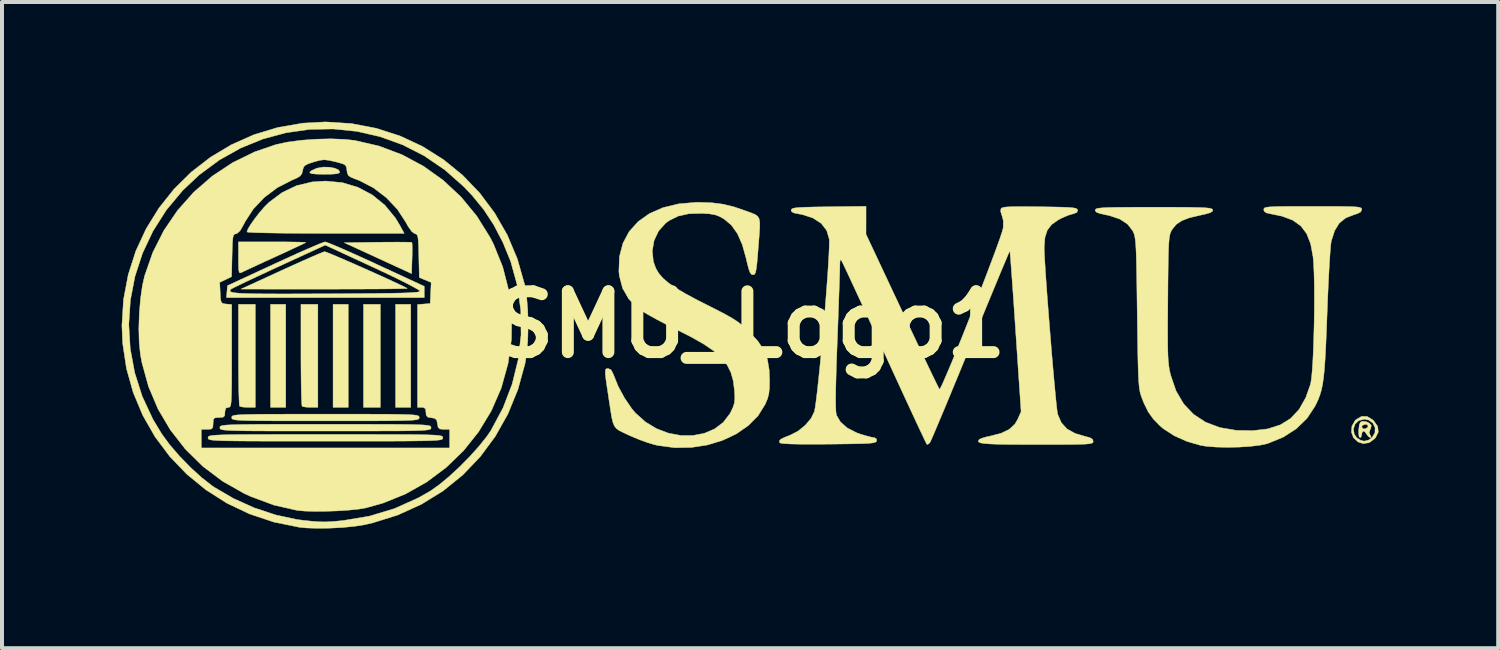
<source format=kicad_pcb>
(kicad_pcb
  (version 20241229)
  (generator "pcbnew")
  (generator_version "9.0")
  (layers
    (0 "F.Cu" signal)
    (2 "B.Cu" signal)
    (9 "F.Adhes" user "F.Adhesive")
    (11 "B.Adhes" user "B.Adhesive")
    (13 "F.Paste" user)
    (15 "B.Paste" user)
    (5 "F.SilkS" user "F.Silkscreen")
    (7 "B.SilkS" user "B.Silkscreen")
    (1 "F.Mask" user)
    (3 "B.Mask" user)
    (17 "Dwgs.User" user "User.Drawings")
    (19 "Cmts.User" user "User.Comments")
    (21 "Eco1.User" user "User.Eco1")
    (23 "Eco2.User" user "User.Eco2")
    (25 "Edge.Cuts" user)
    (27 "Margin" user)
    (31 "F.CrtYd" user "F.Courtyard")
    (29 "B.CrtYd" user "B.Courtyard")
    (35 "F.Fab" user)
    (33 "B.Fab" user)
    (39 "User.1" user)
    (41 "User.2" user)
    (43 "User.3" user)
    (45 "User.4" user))
  (footprint "SMU_Logo1"
    (layer "F.Cu")
    (at 15.753 5.085)
    (property "Reference" "SMU_Logo1" (at 0 0 0) (layer "F.SilkS") (effects (font (size 1.524 1.524) (thickness 0.3))))
    (attr through_hole)
    (fp_poly (pts (xy -11.642 2.074) (xy -12.023 2.074) (xy -12.023 -0.508) (xy -11.642 -0.508) (xy -11.642 2.074)) (stroke (width 0.01) (type solid)) (fill yes) (layer "F.SilkS"))
    (fp_poly (pts (xy -10.075 2.074) (xy -10.456 2.074) (xy -10.456 -0.508) (xy -10.075 -0.508) (xy -10.075 2.074)) (stroke (width 0.01) (type solid)) (fill yes) (layer "F.SilkS"))
    (fp_poly (pts (xy -9.271 2.074) (xy -9.694 2.074) (xy -9.694 -0.508) (xy -9.271 -0.508) (xy -9.271 2.074)) (stroke (width 0.01) (type solid)) (fill yes) (layer "F.SilkS"))
    (fp_poly (pts (xy -8.509 2.074) (xy -8.89 2.074) (xy -8.89 -0.508) (xy -8.509 -0.508) (xy -8.509 2.074)) (stroke (width 0.01) (type solid)) (fill yes) (layer "F.SilkS"))
    (fp_poly (pts (xy -8.667 -2.067) (xy -8.54 -2.065) (xy -8.482 -2.06) (xy -8.48 -2.059) (xy -8.474 -2.013) (xy -8.472 -1.901) (xy -8.473 -1.745) (xy -8.476 -1.66) (xy -8.488 -1.277) (xy -10.175 -2.053) (xy -9.336 -2.065) (xy -9.078 -2.067) (xy -8.851 -2.068) (xy -8.667 -2.067)) (stroke (width 0.01) (type solid)) (fill yes) (layer "F.SilkS"))
    (fp_poly (pts (xy -12.404 2.074) (xy -12.587 2.074) (xy -12.706 2.068) (xy -12.786 2.053) (xy -12.799 2.046) (xy -12.806 1.998) (xy -12.812 1.876) (xy -12.818 1.691) (xy -12.822 1.453) (xy -12.825 1.174) (xy -12.827 0.863) (xy -12.827 0.755) (xy -12.827 -0.508) (xy -12.404 -0.508) (xy -12.404 2.074)) (stroke (width 0.01) (type solid)) (fill yes) (layer "F.SilkS"))
    (fp_poly (pts (xy -10.837 2.074) (xy -11.021 2.074) (xy -11.14 2.068) (xy -11.219 2.053) (xy -11.232 2.046) (xy -11.24 1.998) (xy -11.246 1.876) (xy -11.252 1.691) (xy -11.256 1.453) (xy -11.259 1.174) (xy -11.261 0.863) (xy -11.261 0.755) (xy -11.261 -0.508) (xy -10.837 -0.508) (xy -10.837 2.074)) (stroke (width 0.01) (type solid)) (fill yes) (layer "F.SilkS"))
    (fp_poly (pts (xy -10.548 -3.945) (xy -10.414 -3.92) (xy -10.319 -3.877) (xy -10.287 -3.826) (xy -10.306 -3.797) (xy -10.372 -3.779) (xy -10.498 -3.77) (xy -10.672 -3.768) (xy -10.864 -3.771) (xy -10.981 -3.781) (xy -11.034 -3.801) (xy -11.039 -3.82) (xy -10.991 -3.862) (xy -10.89 -3.908) (xy -10.839 -3.925) (xy -10.697 -3.948) (xy -10.548 -3.945)) (stroke (width 0.01) (type solid)) (fill yes) (layer "F.SilkS"))
    (fp_poly (pts (xy -11.716 -2.074) (xy -11.492 -2.071) (xy -11.313 -2.068) (xy -11.191 -2.064) (xy -11.138 -2.059) (xy -11.137 -2.058) (xy -11.179 -2.036) (xy -11.287 -1.985) (xy -11.447 -1.91) (xy -11.649 -1.816) (xy -11.88 -1.71) (xy -11.917 -1.693) (xy -12.156 -1.584) (xy -12.372 -1.484) (xy -12.551 -1.401) (xy -12.682 -1.34) (xy -12.75 -1.307) (xy -12.753 -1.306) (xy -12.787 -1.294) (xy -12.809 -1.313) (xy -12.821 -1.376) (xy -12.826 -1.497) (xy -12.827 -1.671) (xy -12.827 -2.074) (xy -11.973 -2.074) (xy -11.716 -2.074)) (stroke (width 0.01) (type solid)) (fill yes) (layer "F.SilkS"))
    (fp_poly (pts (xy -10.223 -3.558) (xy -9.83 -3.44) (xy -9.472 -3.25) (xy -9.157 -2.993) (xy -8.894 -2.673) (xy -8.791 -2.502) (xy -8.673 -2.286) (xy -10.644 -2.286) (xy -11.044 -2.287) (xy -11.416 -2.289) (xy -11.753 -2.292) (xy -12.046 -2.297) (xy -12.287 -2.302) (xy -12.468 -2.308) (xy -12.58 -2.315) (xy -12.615 -2.322) (xy -12.589 -2.395) (xy -12.518 -2.513) (xy -12.417 -2.656) (xy -12.299 -2.808) (xy -12.177 -2.949) (xy -12.065 -3.061) (xy -12.064 -3.062) (xy -11.731 -3.311) (xy -11.373 -3.482) (xy -10.981 -3.576) (xy -10.644 -3.598) (xy -10.223 -3.558)) (stroke (width 0.01) (type solid)) (fill yes) (layer "F.SilkS"))
    (fp_poly (pts (xy -10.619 -1.813) (xy -10.505 -1.768) (xy -10.339 -1.698) (xy -10.135 -1.61) (xy -9.903 -1.509) (xy -9.658 -1.4) (xy -9.412 -1.29) (xy -9.177 -1.184) (xy -8.966 -1.087) (xy -8.791 -1.005) (xy -8.665 -0.944) (xy -8.602 -0.91) (xy -8.597 -0.906) (xy -8.635 -0.903) (xy -8.749 -0.9) (xy -8.932 -0.897) (xy -9.175 -0.894) (xy -9.472 -0.892) (xy -9.813 -0.891) (xy -10.191 -0.89) (xy -10.598 -0.889) (xy -10.672 -0.889) (xy -12.764 -0.89) (xy -11.748 -1.357) (xy -11.473 -1.482) (xy -11.222 -1.595) (xy -11.005 -1.691) (xy -10.833 -1.765) (xy -10.717 -1.813) (xy -10.668 -1.829) (xy -10.619 -1.813)) (stroke (width 0.01) (type solid)) (fill yes) (layer "F.SilkS"))
    (fp_poly (pts (xy 15.461 2.302) (xy 15.603 2.39) (xy 15.624 2.41) (xy 15.724 2.552) (xy 15.739 2.693) (xy 15.67 2.833) (xy 15.653 2.854) (xy 15.513 2.958) (xy 15.36 2.983) (xy 15.23 2.94) (xy 15.117 2.835) (xy 15.065 2.695) (xy 15.072 2.617) (xy 15.116 2.617) (xy 15.137 2.747) (xy 15.198 2.836) (xy 15.299 2.9) (xy 15.388 2.921) (xy 15.498 2.892) (xy 15.579 2.836) (xy 15.654 2.712) (xy 15.659 2.582) (xy 15.602 2.467) (xy 15.493 2.39) (xy 15.384 2.371) (xy 15.249 2.406) (xy 15.156 2.495) (xy 15.116 2.617) (xy 15.072 2.617) (xy 15.078 2.544) (xy 15.156 2.406) (xy 15.181 2.381) (xy 15.32 2.3) (xy 15.461 2.302)) (stroke (width 0.01) (type solid)) (fill yes) (layer "F.SilkS"))
    (fp_poly (pts (xy 15.448 2.436) (xy 15.51 2.468) (xy 15.563 2.524) (xy 15.552 2.593) (xy 15.539 2.62) (xy 15.509 2.709) (xy 15.539 2.776) (xy 15.565 2.827) (xy 15.543 2.836) (xy 15.489 2.803) (xy 15.452 2.752) (xy 15.4 2.685) (xy 15.366 2.667) (xy 15.332 2.702) (xy 15.325 2.752) (xy 15.306 2.82) (xy 15.28 2.836) (xy 15.254 2.797) (xy 15.246 2.692) (xy 15.248 2.635) (xy 15.257 2.564) (xy 15.325 2.564) (xy 15.353 2.611) (xy 15.415 2.613) (xy 15.471 2.574) (xy 15.483 2.551) (xy 15.464 2.508) (xy 15.413 2.498) (xy 15.34 2.525) (xy 15.325 2.564) (xy 15.257 2.564) (xy 15.263 2.508) (xy 15.293 2.444) (xy 15.346 2.422) (xy 15.448 2.436)) (stroke (width 0.01) (type solid)) (fill yes) (layer "F.SilkS"))
    (fp_poly (pts (xy -10.142 2.244) (xy -9.715 2.244) (xy -9.359 2.245) (xy -9.069 2.246) (xy -8.837 2.249) (xy -8.657 2.253) (xy -8.522 2.258) (xy -8.426 2.265) (xy -8.362 2.274) (xy -8.324 2.285) (xy -8.305 2.298) (xy -8.298 2.314) (xy -8.297 2.328) (xy -8.299 2.347) (xy -8.308 2.362) (xy -8.332 2.375) (xy -8.376 2.385) (xy -8.447 2.394) (xy -8.552 2.4) (xy -8.698 2.405) (xy -8.89 2.408) (xy -9.137 2.411) (xy -9.443 2.412) (xy -9.816 2.413) (xy -10.262 2.413) (xy -10.647 2.413) (xy -11.152 2.413) (xy -11.579 2.413) (xy -11.934 2.412) (xy -12.225 2.41) (xy -12.457 2.408) (xy -12.637 2.404) (xy -12.772 2.399) (xy -12.868 2.392) (xy -12.931 2.383) (xy -12.97 2.372) (xy -12.989 2.358) (xy -12.996 2.342) (xy -12.996 2.328) (xy -12.995 2.31) (xy -12.986 2.295) (xy -12.962 2.282) (xy -12.918 2.271) (xy -12.847 2.263) (xy -12.741 2.257) (xy -12.596 2.252) (xy -12.403 2.248) (xy -12.157 2.246) (xy -11.851 2.245) (xy -11.478 2.244) (xy -11.032 2.244) (xy -10.647 2.244) (xy -10.142 2.244)) (stroke (width 0.01) (type solid)) (fill yes) (layer "F.SilkS"))
    (fp_poly (pts (xy -10.108 2.498) (xy -9.649 2.498) (xy -9.261 2.499) (xy -8.939 2.5) (xy -8.678 2.502) (xy -8.47 2.505) (xy -8.31 2.51) (xy -8.191 2.515) (xy -8.107 2.523) (xy -8.053 2.532) (xy -8.021 2.543) (xy -8.006 2.557) (xy -8.001 2.573) (xy -8.001 2.582) (xy -8.002 2.6) (xy -8.011 2.614) (xy -8.033 2.627) (xy -8.074 2.637) (xy -8.141 2.645) (xy -8.24 2.652) (xy -8.377 2.657) (xy -8.558 2.661) (xy -8.789 2.664) (xy -9.077 2.665) (xy -9.428 2.666) (xy -9.848 2.667) (xy -10.343 2.667) (xy -10.647 2.667) (xy -11.185 2.667) (xy -11.645 2.667) (xy -12.033 2.666) (xy -12.354 2.665) (xy -12.616 2.663) (xy -12.824 2.659) (xy -12.984 2.655) (xy -13.103 2.649) (xy -13.186 2.642) (xy -13.241 2.633) (xy -13.273 2.621) (xy -13.288 2.608) (xy -13.292 2.592) (xy -13.293 2.582) (xy -13.291 2.565) (xy -13.283 2.55) (xy -13.261 2.538) (xy -13.219 2.528) (xy -13.152 2.519) (xy -13.054 2.513) (xy -12.917 2.508) (xy -12.736 2.504) (xy -12.504 2.501) (xy -12.216 2.499) (xy -11.865 2.498) (xy -11.446 2.498) (xy -10.951 2.498) (xy -10.647 2.498) (xy -10.108 2.498)) (stroke (width 0.01) (type solid)) (fill yes) (layer "F.SilkS"))
    (fp_poly (pts (xy -10.077 2.752) (xy -9.586 2.752) (xy -9.168 2.753) (xy -8.816 2.754) (xy -8.527 2.755) (xy -8.292 2.758) (xy -8.107 2.762) (xy -7.965 2.767) (xy -7.862 2.773) (xy -7.79 2.781) (xy -7.744 2.791) (xy -7.719 2.802) (xy -7.708 2.815) (xy -7.705 2.831) (xy -7.705 2.836) (xy -7.706 2.853) (xy -7.714 2.867) (xy -7.735 2.879) (xy -7.774 2.889) (xy -7.837 2.897) (xy -7.931 2.904) (xy -8.06 2.909) (xy -8.231 2.913) (xy -8.451 2.916) (xy -8.723 2.919) (xy -9.055 2.92) (xy -9.453 2.921) (xy -9.921 2.921) (xy -10.467 2.921) (xy -10.647 2.921) (xy -11.217 2.921) (xy -11.708 2.921) (xy -12.126 2.92) (xy -12.477 2.919) (xy -12.767 2.917) (xy -13.002 2.914) (xy -13.187 2.911) (xy -13.328 2.906) (xy -13.432 2.9) (xy -13.504 2.892) (xy -13.549 2.882) (xy -13.575 2.871) (xy -13.586 2.857) (xy -13.589 2.842) (xy -13.589 2.836) (xy -13.588 2.82) (xy -13.58 2.806) (xy -13.559 2.794) (xy -13.52 2.784) (xy -13.457 2.775) (xy -13.363 2.769) (xy -13.234 2.763) (xy -13.062 2.759) (xy -12.843 2.756) (xy -12.57 2.754) (xy -12.238 2.753) (xy -11.841 2.752) (xy -11.372 2.752) (xy -10.827 2.752) (xy -10.647 2.752) (xy -10.077 2.752)) (stroke (width 0.01) (type solid)) (fill yes) (layer "F.SilkS"))
    (fp_poly (pts (xy -10.6 -2.057) (xy -10.477 -2.008) (xy -10.297 -1.932) (xy -10.071 -1.833) (xy -9.807 -1.715) (xy -9.517 -1.583) (xy -9.375 -1.517) (xy -8.17 -0.96) (xy -8.17 -0.677) (xy -13.128 -0.677) (xy -13.114 -0.84) (xy -13.039 -0.84) (xy -13.019 -0.821) (xy -12.969 -0.805) (xy -12.882 -0.793) (xy -12.754 -0.783) (xy -12.577 -0.777) (xy -12.347 -0.772) (xy -12.057 -0.77) (xy -11.702 -0.769) (xy -11.275 -0.77) (xy -10.77 -0.772) (xy -10.634 -0.772) (xy -10.113 -0.775) (xy -9.672 -0.778) (xy -9.303 -0.782) (xy -9.002 -0.786) (xy -8.762 -0.791) (xy -8.577 -0.797) (xy -8.442 -0.805) (xy -8.351 -0.813) (xy -8.298 -0.824) (xy -8.277 -0.836) (xy -8.276 -0.839) (xy -8.313 -0.871) (xy -8.42 -0.933) (xy -8.588 -1.022) (xy -8.809 -1.133) (xy -9.074 -1.261) (xy -9.377 -1.404) (xy -9.464 -1.444) (xy -10.652 -1.993) (xy -11.814 -1.459) (xy -12.106 -1.324) (xy -12.374 -1.199) (xy -12.607 -1.089) (xy -12.796 -0.998) (xy -12.932 -0.932) (xy -13.003 -0.895) (xy -13.012 -0.889) (xy -13.035 -0.862) (xy -13.039 -0.84) (xy -13.114 -0.84) (xy -13.102 -0.976) (xy -11.917 -1.525) (xy -11.62 -1.661) (xy -11.346 -1.786) (xy -11.103 -1.893) (xy -10.903 -1.979) (xy -10.756 -2.04) (xy -10.67 -2.071) (xy -10.656 -2.074) (xy -10.6 -2.057)) (stroke (width 0.01) (type solid)) (fill yes) (layer "F.SilkS"))
    (fp_poly (pts (xy -9.997 -5.039) (xy -9.372 -4.92) (xy -8.775 -4.727) (xy -8.212 -4.464) (xy -7.689 -4.135) (xy -7.21 -3.745) (xy -6.78 -3.297) (xy -6.405 -2.795) (xy -6.089 -2.245) (xy -5.838 -1.649) (xy -5.657 -1.013) (xy -5.648 -0.974) (xy -5.603 -0.682) (xy -5.576 -0.337) (xy -5.567 0.034) (xy -5.577 0.401) (xy -5.606 0.737) (xy -5.644 0.974) (xy -5.824 1.628) (xy -6.074 2.239) (xy -6.391 2.802) (xy -6.77 3.314) (xy -7.208 3.771) (xy -7.7 4.169) (xy -8.244 4.504) (xy -8.836 4.773) (xy -9.471 4.971) (xy -9.673 5.017) (xy -9.915 5.055) (xy -10.209 5.084) (xy -10.525 5.101) (xy -10.837 5.105) (xy -11.116 5.097) (xy -11.296 5.08) (xy -11.94 4.949) (xy -12.55 4.745) (xy -13.12 4.474) (xy -13.646 4.139) (xy -14.124 3.747) (xy -14.55 3.303) (xy -14.918 2.811) (xy -15.224 2.276) (xy -15.464 1.704) (xy -15.634 1.1) (xy -15.729 0.468) (xy -15.748 0.021) (xy -15.746 -0.005) (xy -15.575 -0.005) (xy -15.539 0.603) (xy -15.427 1.206) (xy -15.239 1.797) (xy -14.973 2.368) (xy -14.751 2.737) (xy -14.55 3.011) (xy -14.302 3.299) (xy -14.027 3.581) (xy -13.747 3.836) (xy -13.483 4.042) (xy -13.433 4.076) (xy -12.951 4.358) (xy -12.43 4.592) (xy -11.893 4.77) (xy -11.363 4.884) (xy -11.188 4.907) (xy -10.962 4.93) (xy -10.789 4.942) (xy -10.639 4.944) (xy -10.48 4.936) (xy -10.283 4.918) (xy -10.202 4.91) (xy -9.545 4.8) (xy -8.918 4.611) (xy -8.321 4.343) (xy -8.014 4.168) (xy -7.795 4.013) (xy -7.546 3.806) (xy -7.284 3.564) (xy -7.028 3.304) (xy -6.795 3.044) (xy -6.602 2.803) (xy -6.5 2.654) (xy -6.195 2.084) (xy -5.967 1.489) (xy -5.817 0.879) (xy -5.745 0.259) (xy -5.752 -0.362) (xy -5.838 -0.978) (xy -6.004 -1.581) (xy -6.202 -2.065) (xy -6.429 -2.499) (xy -6.677 -2.878) (xy -6.968 -3.234) (xy -7.175 -3.453) (xy -7.653 -3.876) (xy -8.167 -4.227) (xy -8.711 -4.505) (xy -9.278 -4.71) (xy -9.86 -4.843) (xy -10.452 -4.903) (xy -11.046 -4.892) (xy -11.635 -4.808) (xy -12.213 -4.652) (xy -12.773 -4.424) (xy -13.307 -4.124) (xy -13.81 -3.752) (xy -14.225 -3.362) (xy -14.633 -2.873) (xy -14.968 -2.346) (xy -15.231 -1.789) (xy -15.42 -1.209) (xy -15.535 -0.612) (xy -15.575 -0.005) (xy -15.746 -0.005) (xy -15.708 -0.627) (xy -15.59 -1.25) (xy -15.4 -1.843) (xy -15.141 -2.402) (xy -14.82 -2.921) (xy -14.441 -3.397) (xy -14.009 -3.823) (xy -13.528 -4.195) (xy -13.003 -4.509) (xy -12.44 -4.759) (xy -11.843 -4.94) (xy -11.216 -5.049) (xy -10.647 -5.08) (xy -9.997 -5.039)) (stroke (width 0.01) (type solid)) (fill yes) (layer "F.SilkS"))
    (fp_poly (pts (xy -0.966 -3.054) (xy -0.681 -3.018) (xy -0.399 -2.948) (xy -0.085 -2.84) (xy 0.039 -2.794) (xy 0.128 -2.756) (xy 0.188 -2.711) (xy 0.223 -2.648) (xy 0.238 -2.551) (xy 0.236 -2.409) (xy 0.222 -2.208) (xy 0.203 -1.965) (xy 0.182 -1.703) (xy 0.165 -1.513) (xy 0.148 -1.385) (xy 0.131 -1.306) (xy 0.11 -1.265) (xy 0.084 -1.25) (xy 0.068 -1.249) (xy 0.027 -1.262) (xy -0.008 -1.309) (xy -0.042 -1.407) (xy -0.083 -1.567) (xy -0.102 -1.651) (xy -0.2 -2.003) (xy -0.322 -2.28) (xy -0.472 -2.491) (xy -0.654 -2.644) (xy -0.657 -2.646) (xy -0.776 -2.713) (xy -0.888 -2.753) (xy -1.025 -2.776) (xy -1.211 -2.788) (xy -1.536 -2.779) (xy -1.805 -2.72) (xy -2.034 -2.607) (xy -2.125 -2.54) (xy -2.299 -2.344) (xy -2.411 -2.106) (xy -2.456 -1.847) (xy -2.429 -1.584) (xy -2.367 -1.41) (xy -2.292 -1.285) (xy -2.189 -1.164) (xy -2.048 -1.043) (xy -1.86 -0.913) (xy -1.616 -0.77) (xy -1.308 -0.605) (xy -1.105 -0.503) (xy -0.832 -0.365) (xy -0.621 -0.255) (xy -0.458 -0.163) (xy -0.329 -0.08) (xy -0.219 0.003) (xy -0.115 0.095) (xy -0.019 0.187) (xy 0.193 0.418) (xy 0.339 0.637) (xy 0.429 0.868) (xy 0.473 1.136) (xy 0.483 1.376) (xy 0.481 1.577) (xy 0.466 1.725) (xy 0.435 1.849) (xy 0.38 1.982) (xy 0.372 2) (xy 0.195 2.284) (xy -0.05 2.531) (xy -0.35 2.739) (xy -0.696 2.902) (xy -1.076 3.017) (xy -1.478 3.079) (xy -1.893 3.085) (xy -2.308 3.03) (xy -2.399 3.01) (xy -2.584 2.954) (xy -2.802 2.874) (xy -3.015 2.785) (xy -3.061 2.763) (xy -3.19 2.702) (xy -3.286 2.654) (xy -3.355 2.605) (xy -3.405 2.541) (xy -3.442 2.451) (xy -3.473 2.321) (xy -3.503 2.137) (xy -3.541 1.888) (xy -3.555 1.791) (xy -3.594 1.537) (xy -3.62 1.354) (xy -3.633 1.231) (xy -3.633 1.156) (xy -3.621 1.117) (xy -3.596 1.103) (xy -3.559 1.101) (xy -3.488 1.135) (xy -3.432 1.243) (xy -3.426 1.259) (xy -3.311 1.545) (xy -3.153 1.838) (xy -2.973 2.102) (xy -2.878 2.215) (xy -2.628 2.439) (xy -2.348 2.608) (xy -2.049 2.721) (xy -1.742 2.778) (xy -1.44 2.779) (xy -1.154 2.725) (xy -0.896 2.615) (xy -0.677 2.45) (xy -0.509 2.229) (xy -0.494 2.201) (xy -0.431 2.069) (xy -0.397 1.959) (xy -0.387 1.838) (xy -0.395 1.67) (xy -0.396 1.657) (xy -0.426 1.412) (xy -0.487 1.197) (xy -0.584 1.005) (xy -0.725 0.827) (xy -0.919 0.657) (xy -1.172 0.485) (xy -1.492 0.304) (xy -1.841 0.128) (xy -2.092 0.003) (xy -2.33 -0.122) (xy -2.541 -0.238) (xy -2.708 -0.337) (xy -2.814 -0.409) (xy -2.815 -0.41) (xy -3.045 -0.641) (xy -3.2 -0.911) (xy -3.282 -1.223) (xy -3.293 -1.334) (xy -3.279 -1.704) (xy -3.192 -2.038) (xy -3.036 -2.331) (xy -2.813 -2.579) (xy -2.53 -2.781) (xy -2.189 -2.931) (xy -1.794 -3.027) (xy -1.351 -3.065) (xy -1.291 -3.065) (xy -0.966 -3.054)) (stroke (width 0.01) (type solid)) (fill yes) (layer "F.SilkS"))
    (fp_poly (pts (xy -10.167 -4.643) (xy -9.916 -4.616) (xy -9.31 -4.477) (xy -8.733 -4.261) (xy -8.194 -3.973) (xy -7.698 -3.619) (xy -7.25 -3.201) (xy -6.857 -2.724) (xy -6.526 -2.194) (xy -6.433 -2.014) (xy -6.204 -1.446) (xy -6.052 -0.853) (xy -5.979 -0.245) (xy -5.985 0.368) (xy -6.071 0.978) (xy -6.237 1.575) (xy -6.246 1.603) (xy -6.491 2.164) (xy -6.807 2.685) (xy -7.186 3.16) (xy -7.623 3.582) (xy -8.11 3.946) (xy -8.642 4.246) (xy -9.211 4.476) (xy -9.64 4.595) (xy -9.826 4.626) (xy -10.072 4.651) (xy -10.354 4.669) (xy -10.648 4.679) (xy -10.929 4.681) (xy -11.175 4.673) (xy -11.36 4.655) (xy -11.94 4.523) (xy -12.52 4.308) (xy -12.682 4.233) (xy -13.226 3.925) (xy -13.719 3.553) (xy -14.156 3.123) (xy -14.531 2.643) (xy -14.542 2.625) (xy -13.758 2.625) (xy -13.758 3.09) (xy -7.535 3.09) (xy -7.535 2.625) (xy -7.681 2.625) (xy -7.78 2.616) (xy -7.824 2.575) (xy -7.84 2.487) (xy -7.86 2.39) (xy -7.915 2.348) (xy -7.99 2.336) (xy -8.086 2.317) (xy -8.123 2.268) (xy -8.128 2.199) (xy -8.14 2.109) (xy -8.19 2.077) (xy -8.234 2.074) (xy -8.34 2.074) (xy -8.34 -0.503) (xy -8.181 -0.516) (xy -8.022 -0.529) (xy -8.01 -0.792) (xy -7.997 -1.056) (xy -8.146 -1.118) (xy -8.295 -1.18) (xy -8.307 -1.722) (xy -8.312 -1.946) (xy -8.32 -2.098) (xy -8.331 -2.194) (xy -8.349 -2.247) (xy -8.376 -2.27) (xy -8.404 -2.277) (xy -8.479 -2.327) (xy -8.573 -2.458) (xy -8.629 -2.559) (xy -8.842 -2.886) (xy -9.119 -3.18) (xy -9.443 -3.427) (xy -9.795 -3.61) (xy -9.88 -3.642) (xy -10.007 -3.692) (xy -10.073 -3.738) (xy -10.101 -3.803) (xy -10.109 -3.866) (xy -10.12 -3.945) (xy -10.148 -3.995) (xy -10.211 -4.03) (xy -10.33 -4.064) (xy -10.406 -4.083) (xy -10.563 -4.118) (xy -10.676 -4.131) (xy -10.78 -4.119) (xy -10.914 -4.084) (xy -10.943 -4.075) (xy -11.084 -4.028) (xy -11.163 -3.986) (xy -11.201 -3.933) (xy -11.218 -3.859) (xy -11.239 -3.779) (xy -11.284 -3.721) (xy -11.373 -3.669) (xy -11.491 -3.618) (xy -11.854 -3.432) (xy -12.181 -3.186) (xy -12.456 -2.895) (xy -12.666 -2.571) (xy -12.696 -2.509) (xy -12.782 -2.357) (xy -12.862 -2.284) (xy -12.886 -2.278) (xy -12.923 -2.268) (xy -12.949 -2.24) (xy -12.965 -2.182) (xy -12.976 -2.079) (xy -12.982 -1.916) (xy -12.987 -1.732) (xy -12.999 -1.2) (xy -13.148 -1.129) (xy -13.297 -1.058) (xy -13.284 -0.793) (xy -13.276 -0.649) (xy -13.26 -0.569) (xy -13.226 -0.532) (xy -13.163 -0.519) (xy -13.134 -0.516) (xy -12.996 -0.503) (xy -12.996 0.786) (xy -12.996 1.15) (xy -12.997 1.438) (xy -13 1.659) (xy -13.004 1.821) (xy -13.01 1.935) (xy -13.02 2.008) (xy -13.033 2.05) (xy -13.05 2.069) (xy -13.072 2.074) (xy -13.081 2.074) (xy -13.143 2.094) (xy -13.165 2.169) (xy -13.166 2.201) (xy -13.174 2.287) (xy -13.216 2.322) (xy -13.314 2.328) (xy -13.413 2.335) (xy -13.454 2.372) (xy -13.462 2.465) (xy -13.462 2.477) (xy -13.469 2.576) (xy -13.506 2.617) (xy -13.599 2.625) (xy -13.61 2.625) (xy -13.758 2.625) (xy -14.542 2.625) (xy -14.842 2.117) (xy -15.081 1.553) (xy -15.246 0.956) (xy -15.284 0.752) (xy -15.315 0.452) (xy -15.324 0.101) (xy -15.312 -0.272) (xy -15.282 -0.642) (xy -15.234 -0.979) (xy -15.18 -1.219) (xy -14.974 -1.809) (xy -14.696 -2.359) (xy -14.351 -2.865) (xy -13.945 -3.321) (xy -13.484 -3.721) (xy -12.973 -4.059) (xy -12.419 -4.33) (xy -11.887 -4.512) (xy -11.599 -4.574) (xy -11.255 -4.62) (xy -10.883 -4.647) (xy -10.511 -4.656) (xy -10.167 -4.643)) (stroke (width 0.01) (type solid)) (fill yes) (layer "F.SilkS"))
    (fp_poly (pts (xy 14.451 -2.963) (xy 14.73 -2.962) (xy 14.943 -2.959) (xy 15.097 -2.955) (xy 15.204 -2.948) (xy 15.27 -2.937) (xy 15.307 -2.923) (xy 15.322 -2.905) (xy 15.325 -2.884) (xy 15.298 -2.823) (xy 15.21 -2.778) (xy 15.141 -2.758) (xy 14.926 -2.675) (xy 14.763 -2.545) (xy 14.645 -2.355) (xy 14.562 -2.096) (xy 14.56 -2.089) (xy 14.548 -2.001) (xy 14.534 -1.838) (xy 14.519 -1.613) (xy 14.503 -1.336) (xy 14.487 -1.017) (xy 14.471 -0.667) (xy 14.457 -0.298) (xy 14.456 -0.275) (xy 14.439 0.177) (xy 14.423 0.554) (xy 14.406 0.866) (xy 14.388 1.121) (xy 14.367 1.329) (xy 14.342 1.5) (xy 14.312 1.643) (xy 14.275 1.767) (xy 14.231 1.883) (xy 14.177 1.998) (xy 14.153 2.046) (xy 13.952 2.35) (xy 13.683 2.611) (xy 13.352 2.823) (xy 12.967 2.98) (xy 12.954 2.984) (xy 12.771 3.023) (xy 12.528 3.052) (xy 12.249 3.07) (xy 11.956 3.076) (xy 11.675 3.069) (xy 11.429 3.05) (xy 11.288 3.027) (xy 10.947 2.929) (xy 10.628 2.787) (xy 10.355 2.611) (xy 10.269 2.538) (xy 10.1 2.365) (xy 9.972 2.186) (xy 9.866 1.97) (xy 9.813 1.835) (xy 9.791 1.773) (xy 9.772 1.708) (xy 9.757 1.634) (xy 9.745 1.542) (xy 9.735 1.423) (xy 9.727 1.269) (xy 9.72 1.072) (xy 9.714 0.823) (xy 9.708 0.515) (xy 9.703 0.138) (xy 9.697 -0.296) (xy 9.691 -0.746) (xy 9.686 -1.119) (xy 9.68 -1.423) (xy 9.675 -1.667) (xy 9.668 -1.858) (xy 9.66 -2.005) (xy 9.65 -2.115) (xy 9.638 -2.196) (xy 9.624 -2.257) (xy 9.606 -2.305) (xy 9.585 -2.348) (xy 9.585 -2.349) (xy 9.456 -2.517) (xy 9.264 -2.643) (xy 9.001 -2.732) (xy 8.902 -2.753) (xy 8.751 -2.787) (xy 8.67 -2.82) (xy 8.644 -2.858) (xy 8.645 -2.873) (xy 8.655 -2.892) (xy 8.683 -2.907) (xy 8.738 -2.918) (xy 8.827 -2.927) (xy 8.958 -2.934) (xy 9.141 -2.938) (xy 9.382 -2.94) (xy 9.691 -2.942) (xy 10.076 -2.942) (xy 10.118 -2.942) (xy 10.511 -2.942) (xy 10.827 -2.941) (xy 11.075 -2.938) (xy 11.263 -2.934) (xy 11.4 -2.928) (xy 11.492 -2.919) (xy 11.549 -2.908) (xy 11.579 -2.893) (xy 11.59 -2.875) (xy 11.59 -2.874) (xy 11.579 -2.837) (xy 11.521 -2.803) (xy 11.404 -2.769) (xy 11.257 -2.737) (xy 11.001 -2.676) (xy 10.813 -2.604) (xy 10.678 -2.513) (xy 10.579 -2.394) (xy 10.564 -2.369) (xy 10.541 -2.328) (xy 10.523 -2.28) (xy 10.509 -2.219) (xy 10.497 -2.134) (xy 10.488 -2.017) (xy 10.481 -1.86) (xy 10.476 -1.653) (xy 10.472 -1.388) (xy 10.468 -1.056) (xy 10.465 -0.648) (xy 10.465 -0.641) (xy 10.462 -0.228) (xy 10.46 0.11) (xy 10.461 0.383) (xy 10.463 0.601) (xy 10.468 0.774) (xy 10.476 0.912) (xy 10.488 1.024) (xy 10.502 1.12) (xy 10.521 1.21) (xy 10.537 1.273) (xy 10.671 1.662) (xy 10.862 1.987) (xy 11.109 2.248) (xy 11.411 2.446) (xy 11.768 2.58) (xy 12.179 2.65) (xy 12.594 2.657) (xy 12.969 2.613) (xy 13.284 2.512) (xy 13.543 2.351) (xy 13.754 2.125) (xy 13.921 1.83) (xy 14.04 1.493) (xy 14.061 1.375) (xy 14.08 1.186) (xy 14.097 0.938) (xy 14.111 0.646) (xy 14.122 0.322) (xy 14.131 -0.02) (xy 14.136 -0.367) (xy 14.137 -0.706) (xy 14.135 -1.024) (xy 14.128 -1.307) (xy 14.117 -1.541) (xy 14.103 -1.703) (xy 14.043 -2.026) (xy 13.943 -2.28) (xy 13.796 -2.474) (xy 13.594 -2.617) (xy 13.326 -2.717) (xy 13.049 -2.774) (xy 12.93 -2.801) (xy 12.877 -2.843) (xy 12.869 -2.882) (xy 12.873 -2.906) (xy 12.888 -2.924) (xy 12.926 -2.938) (xy 12.994 -2.948) (xy 13.102 -2.955) (xy 13.259 -2.96) (xy 13.473 -2.962) (xy 13.754 -2.963) (xy 14.097 -2.963) (xy 14.451 -2.963)) (stroke (width 0.01) (type solid)) (fill yes) (layer "F.SilkS"))
    (fp_poly (pts (xy 2.901 -2.615) (xy 2.9 -2.265) (xy 3.805 -0.339) (xy 3.982 0.039) (xy 4.15 0.393) (xy 4.303 0.717) (xy 4.439 1.003) (xy 4.554 1.244) (xy 4.645 1.432) (xy 4.708 1.559) (xy 4.739 1.619) (xy 4.741 1.622) (xy 4.764 1.593) (xy 4.812 1.494) (xy 4.884 1.332) (xy 4.975 1.119) (xy 5.083 0.861) (xy 5.202 0.569) (xy 5.331 0.251) (xy 5.464 -0.085) (xy 5.6 -0.429) (xy 5.734 -0.772) (xy 5.864 -1.106) (xy 5.984 -1.422) (xy 6.093 -1.71) (xy 6.186 -1.963) (xy 6.26 -2.17) (xy 6.311 -2.324) (xy 6.336 -2.415) (xy 6.338 -2.426) (xy 6.341 -2.606) (xy 6.308 -2.73) (xy 6.276 -2.829) (xy 6.28 -2.898) (xy 6.297 -2.92) (xy 6.335 -2.936) (xy 6.406 -2.947) (xy 6.518 -2.954) (xy 6.684 -2.957) (xy 6.912 -2.957) (xy 7.214 -2.954) (xy 7.248 -2.954) (xy 7.556 -2.949) (xy 7.789 -2.944) (xy 7.959 -2.938) (xy 8.075 -2.929) (xy 8.147 -2.916) (xy 8.186 -2.9) (xy 8.202 -2.878) (xy 8.204 -2.87) (xy 8.188 -2.814) (xy 8.105 -2.778) (xy 8.073 -2.772) (xy 7.953 -2.735) (xy 7.803 -2.669) (xy 7.717 -2.624) (xy 7.552 -2.507) (xy 7.445 -2.368) (xy 7.386 -2.189) (xy 7.366 -1.951) (xy 7.366 -1.92) (xy 7.37 -1.797) (xy 7.38 -1.607) (xy 7.395 -1.36) (xy 7.415 -1.067) (xy 7.439 -0.738) (xy 7.466 -0.383) (xy 7.495 -0.014) (xy 7.525 0.36) (xy 7.555 0.728) (xy 7.585 1.08) (xy 7.614 1.404) (xy 7.641 1.691) (xy 7.664 1.93) (xy 7.684 2.111) (xy 7.699 2.223) (xy 7.705 2.249) (xy 7.795 2.457) (xy 7.937 2.614) (xy 8.141 2.727) (xy 8.38 2.798) (xy 8.512 2.833) (xy 8.578 2.874) (xy 8.594 2.925) (xy 8.591 2.946) (xy 8.576 2.964) (xy 8.542 2.978) (xy 8.479 2.988) (xy 8.379 2.996) (xy 8.234 3) (xy 8.035 3.004) (xy 7.774 3.005) (xy 7.442 3.006) (xy 7.178 3.006) (xy 6.772 3.005) (xy 6.444 3.003) (xy 6.187 2.998) (xy 5.993 2.99) (xy 5.856 2.979) (xy 5.768 2.964) (xy 5.724 2.943) (xy 5.715 2.917) (xy 5.734 2.885) (xy 5.743 2.876) (xy 5.804 2.847) (xy 5.918 2.814) (xy 6.011 2.794) (xy 6.287 2.723) (xy 6.49 2.625) (xy 6.631 2.493) (xy 6.701 2.375) (xy 6.787 2.18) (xy 6.651 0.171) (xy 6.624 -0.233) (xy 6.598 -0.609) (xy 6.574 -0.951) (xy 6.552 -1.25) (xy 6.534 -1.497) (xy 6.52 -1.685) (xy 6.51 -1.805) (xy 6.505 -1.849) (xy 6.505 -1.849) (xy 6.488 -1.813) (xy 6.441 -1.705) (xy 6.368 -1.532) (xy 6.271 -1.301) (xy 6.154 -1.018) (xy 6.018 -0.69) (xy 5.867 -0.325) (xy 5.704 0.073) (xy 5.531 0.495) (xy 5.523 0.516) (xy 5.348 0.941) (xy 5.182 1.345) (xy 5.027 1.719) (xy 4.887 2.058) (xy 4.763 2.352) (xy 4.66 2.597) (xy 4.58 2.784) (xy 4.526 2.907) (xy 4.502 2.958) (xy 4.501 2.959) (xy 4.45 3.002) (xy 4.424 2.999) (xy 4.402 2.957) (xy 4.348 2.844) (xy 4.265 2.668) (xy 4.156 2.436) (xy 4.025 2.154) (xy 3.875 1.83) (xy 3.709 1.47) (xy 3.53 1.081) (xy 3.371 0.734) (xy 3.182 0.324) (xy 3.004 -0.065) (xy 2.838 -0.425) (xy 2.688 -0.749) (xy 2.557 -1.031) (xy 2.449 -1.263) (xy 2.367 -1.438) (xy 2.314 -1.549) (xy 2.295 -1.587) (xy 2.267 -1.626) (xy 2.251 -1.607) (xy 2.245 -1.518) (xy 2.245 -1.46) (xy 2.243 -1.372) (xy 2.238 -1.209) (xy 2.231 -0.982) (xy 2.221 -0.703) (xy 2.21 -0.381) (xy 2.197 -0.027) (xy 2.183 0.349) (xy 2.179 0.442) (xy 2.162 0.912) (xy 2.15 1.303) (xy 2.142 1.621) (xy 2.139 1.87) (xy 2.141 2.056) (xy 2.147 2.184) (xy 2.158 2.26) (xy 2.161 2.27) (xy 2.26 2.44) (xy 2.431 2.59) (xy 2.665 2.71) (xy 2.777 2.75) (xy 2.927 2.793) (xy 3.05 2.825) (xy 3.119 2.836) (xy 3.165 2.869) (xy 3.167 2.91) (xy 3.157 2.932) (xy 3.131 2.949) (xy 3.08 2.963) (xy 2.993 2.973) (xy 2.863 2.981) (xy 2.68 2.986) (xy 2.434 2.99) (xy 2.117 2.994) (xy 1.96 2.996) (xy 1.567 2.998) (xy 1.255 2.997) (xy 1.02 2.992) (xy 0.858 2.984) (xy 0.765 2.972) (xy 0.739 2.96) (xy 0.728 2.916) (xy 0.763 2.874) (xy 0.856 2.827) (xy 0.995 2.773) (xy 1.196 2.67) (xy 1.38 2.52) (xy 1.525 2.347) (xy 1.606 2.18) (xy 1.626 2.08) (xy 1.65 1.907) (xy 1.679 1.671) (xy 1.71 1.383) (xy 1.744 1.055) (xy 1.778 0.696) (xy 1.813 0.318) (xy 1.847 -0.069) (xy 1.879 -0.453) (xy 1.908 -0.824) (xy 1.934 -1.171) (xy 1.955 -1.482) (xy 1.97 -1.748) (xy 1.979 -1.957) (xy 1.981 -2.099) (xy 1.979 -2.143) (xy 1.915 -2.359) (xy 1.778 -2.536) (xy 1.574 -2.67) (xy 1.305 -2.758) (xy 1.213 -2.774) (xy 1.087 -2.8) (xy 1.031 -2.835) (xy 1.025 -2.873) (xy 1.038 -2.896) (xy 1.072 -2.914) (xy 1.14 -2.927) (xy 1.25 -2.936) (xy 1.412 -2.943) (xy 1.638 -2.949) (xy 1.938 -2.953) (xy 1.97 -2.954) (xy 2.901 -2.965) (xy 2.901 -2.615)) (stroke (width 0.01) (type solid)) (fill yes) (layer "F.SilkS")))
  (gr_rect
    (start -3 -3)
    (end 34.497 13.195)
    (stroke (width 0.1) (type default))
    (fill no)
    (layer "Edge.Cuts")))
</source>
